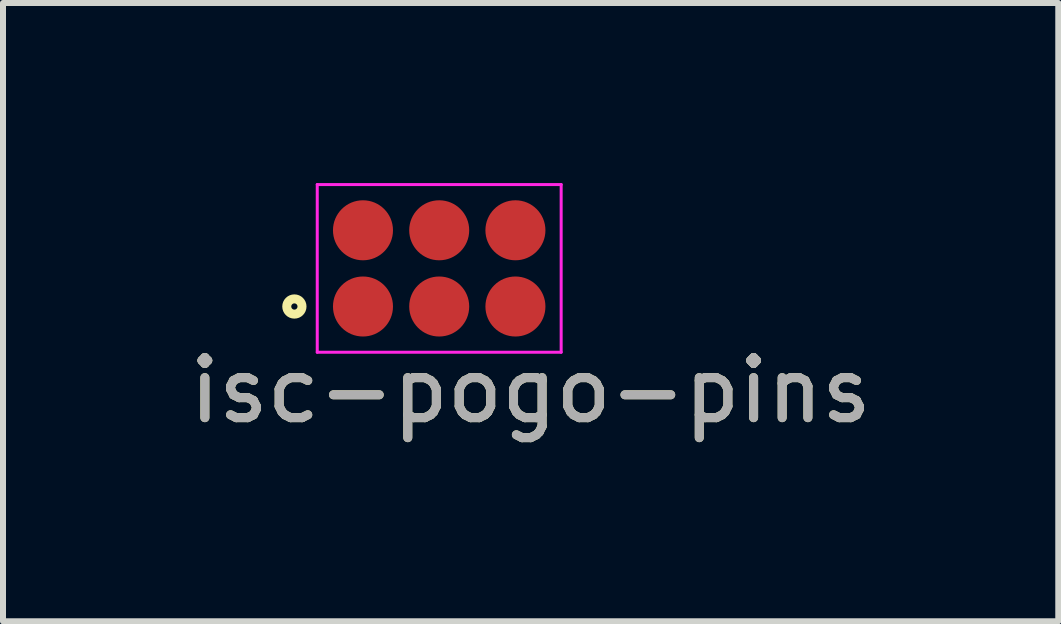
<source format=kicad_pcb>
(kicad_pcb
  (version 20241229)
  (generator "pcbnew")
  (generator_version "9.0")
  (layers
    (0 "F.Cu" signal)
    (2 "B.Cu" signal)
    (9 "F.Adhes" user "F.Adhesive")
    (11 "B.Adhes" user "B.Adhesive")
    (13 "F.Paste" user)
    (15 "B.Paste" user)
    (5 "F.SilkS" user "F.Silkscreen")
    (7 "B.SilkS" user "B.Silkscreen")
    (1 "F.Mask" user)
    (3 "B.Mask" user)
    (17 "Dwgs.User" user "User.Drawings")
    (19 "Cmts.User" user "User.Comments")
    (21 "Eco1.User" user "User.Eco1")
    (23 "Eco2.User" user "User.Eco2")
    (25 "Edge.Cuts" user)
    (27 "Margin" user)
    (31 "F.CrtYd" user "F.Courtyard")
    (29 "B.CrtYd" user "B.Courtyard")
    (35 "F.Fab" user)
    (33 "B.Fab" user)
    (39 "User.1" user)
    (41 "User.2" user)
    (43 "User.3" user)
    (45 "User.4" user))
  (footprint "isc-pogo-pins"
    (layer "F.Cu")
    (at 4.268 1.422)
    (property "Reference" "isc-pogo-pins" (at 1.524 2.032 0) (layer "F.SilkS") (effects (font (size 1 1) (thickness 0.15))))
    (attr through_hole)
    (fp_circle (center -2.413 0.635) (end -2.286 0.635) (stroke (width 0.15) (type solid)) (fill no) (layer "F.SilkS"))
    (fp_line (start -2.032 -1.397) (end -2.032 1.397) (stroke (width 0.05) (type solid)) (layer "F.CrtYd"))
    (fp_line (start -2.032 -1.397) (end 2.032 -1.397) (stroke (width 0.05) (type solid)) (layer "F.CrtYd"))
    (fp_line (start 2.032 -1.397) (end 2.032 1.397) (stroke (width 0.05) (type solid)) (layer "F.CrtYd"))
    (fp_line (start 2.032 1.397) (end -2.032 1.397) (stroke (width 0.05) (type solid)) (layer "F.CrtYd"))
    (fp_text user "${REFERENCE}" (at 1.524 2.032 0) (layer "F.Fab") (effects (font (size 1 1) (thickness 0.15))))
    (pad "1" smd circle (at -1.27 0.635) (size 1 1) (layers "F.Cu" "F.Mask" "F.Paste"))
    (pad "2" smd circle (at -1.27 -0.635) (size 1 1) (layers "F.Cu" "F.Mask" "F.Paste"))
    (pad "3" smd circle (at 0 0.635) (size 1 1) (layers "F.Cu" "F.Mask" "F.Paste"))
    (pad "4" smd circle (at 0 -0.635) (size 1 1) (layers "F.Cu" "F.Mask" "F.Paste"))
    (pad "5" smd circle (at 1.27 0.635) (size 1 1) (layers "F.Cu" "F.Mask" "F.Paste"))
    (pad "6" smd circle (at 1.27 -0.635) (size 1 1) (layers "F.Cu" "F.Mask" "F.Paste")))
  (gr_rect
    (start -3 -3)
    (end 14.583 7.302)
    (stroke (width 0.1) (type default))
    (fill no)
    (layer "Edge.Cuts")))
</source>
